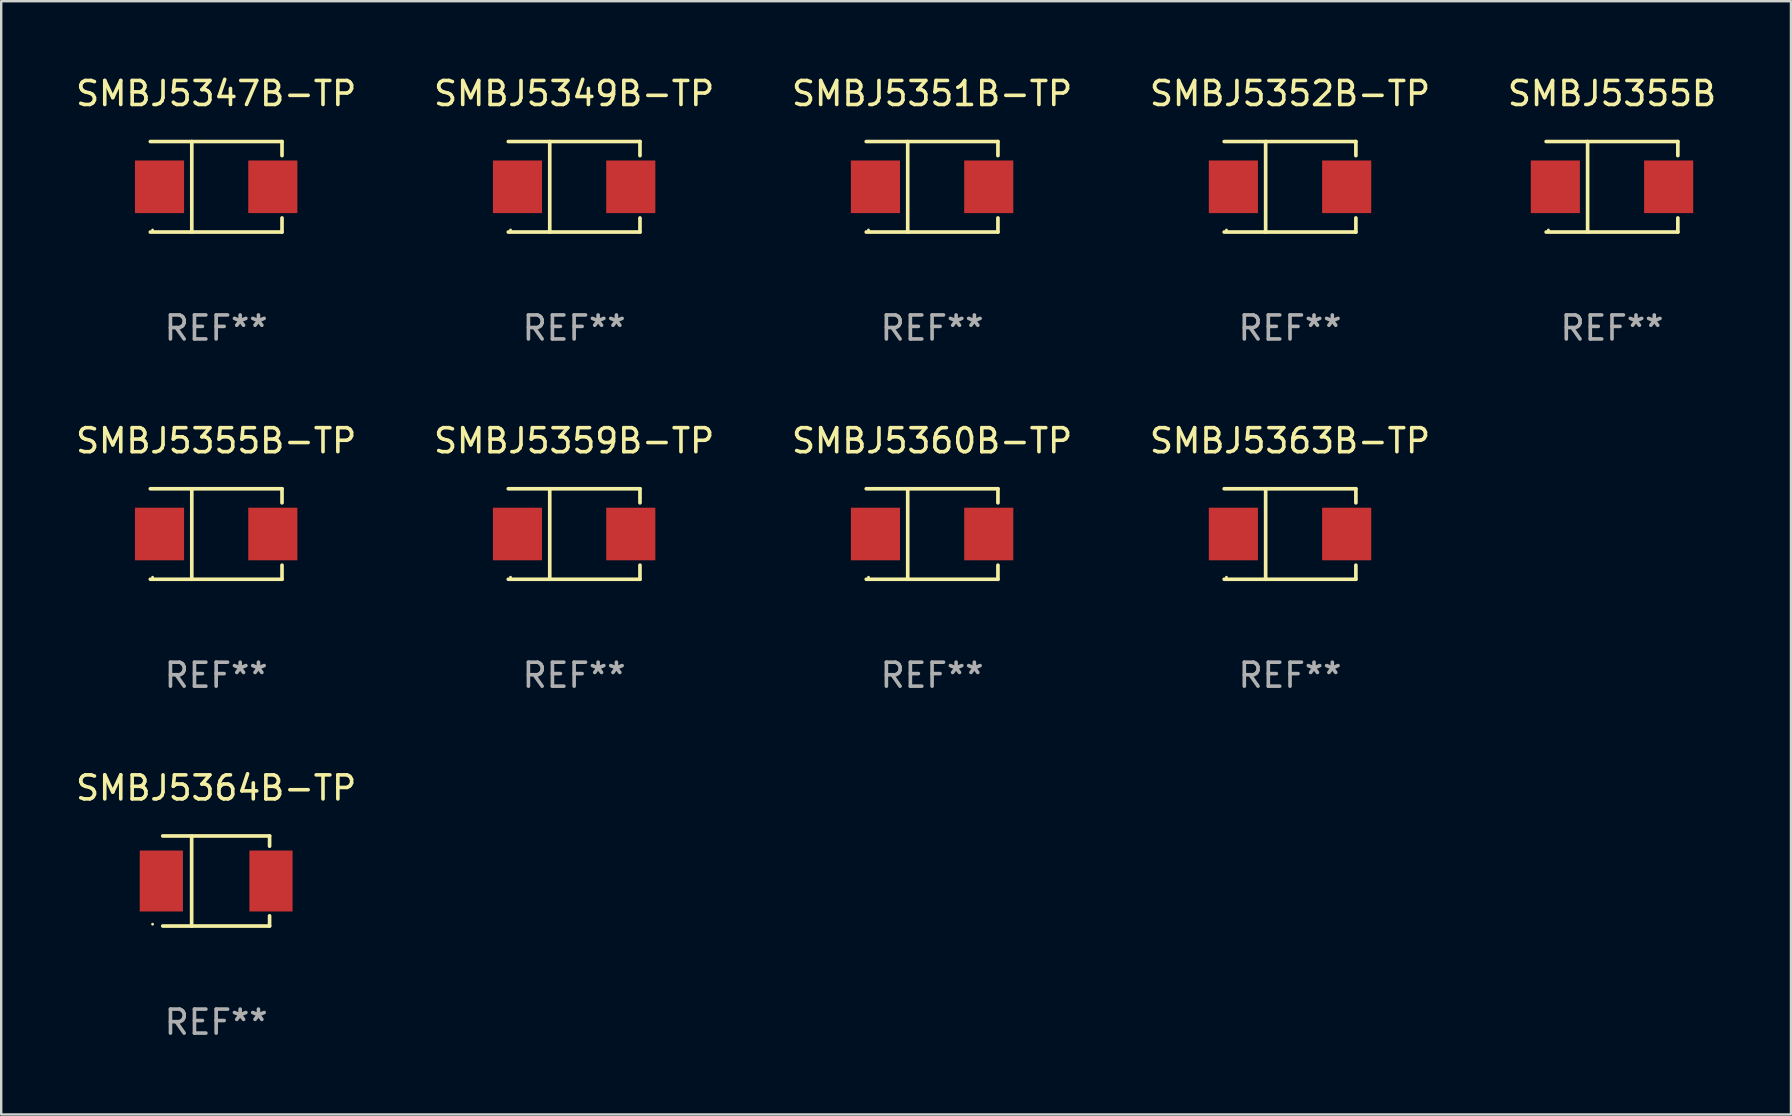
<source format=kicad_pcb>
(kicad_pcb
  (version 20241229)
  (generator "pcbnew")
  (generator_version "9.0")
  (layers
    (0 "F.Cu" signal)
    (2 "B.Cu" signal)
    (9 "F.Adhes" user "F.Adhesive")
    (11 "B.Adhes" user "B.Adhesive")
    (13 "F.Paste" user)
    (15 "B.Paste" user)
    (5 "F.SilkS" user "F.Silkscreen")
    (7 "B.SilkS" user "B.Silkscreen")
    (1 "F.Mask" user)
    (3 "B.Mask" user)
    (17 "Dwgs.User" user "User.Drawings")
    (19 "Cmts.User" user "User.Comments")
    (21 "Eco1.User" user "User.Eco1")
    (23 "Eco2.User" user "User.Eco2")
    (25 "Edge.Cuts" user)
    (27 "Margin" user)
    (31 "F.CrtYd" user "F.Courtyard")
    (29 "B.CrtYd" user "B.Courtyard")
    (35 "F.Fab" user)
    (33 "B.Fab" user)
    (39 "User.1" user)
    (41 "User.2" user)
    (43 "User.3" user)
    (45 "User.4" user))
  (footprint "SMBJ5351B-TP"
    (layer "F.Cu")
    (at 35.792 4.734)
    (property "Reference" "SMBJ5351B-TP" (at 0 -3.886 0) (layer "F.SilkS") (effects (font (size 1 1) (thickness 0.15))))
    (attr through_hole)
    (fp_line (start -2.744 -1.886) (end 2.744 -1.886) (stroke (width 0.152) (type solid)) (layer "F.SilkS"))
    (fp_line (start -2.744 1.886) (end 2.744 1.886) (stroke (width 0.152) (type solid)) (layer "F.SilkS"))
    (fp_line (start -1.016 -1.886) (end -1.016 1.886) (stroke (width 0.152) (type solid)) (layer "F.SilkS"))
    (fp_line (start 2.744 -1.886) (end 2.744 -1.299) (stroke (width 0.152) (type solid)) (layer "F.SilkS"))
    (fp_line (start 2.744 1.886) (end 2.744 1.299) (stroke (width 0.152) (type solid)) (layer "F.SilkS"))
    (fp_circle (center -2.65 1.8) (end -2.62 1.8) (stroke (width 0.06) (type solid)) (fill no) (layer "F.SilkS"))
    (fp_text user "REF**" (at 0 5.886 0) (layer "F.Fab") (effects (font (size 1 1) (thickness 0.15))))
    (pad "1" smd rect (at -2.361 0) (size 2.047 2.192) (layers "F.Cu" "F.Mask" "F.Paste"))
    (pad "2" smd rect (at 2.361 0) (size 2.047 2.192) (layers "F.Cu" "F.Mask" "F.Paste")))
  (footprint "SMBJ5355B-TP"
    (layer "F.Cu")
    (at 5.958 19.203)
    (property "Reference" "SMBJ5355B-TP" (at 0 -3.886 0) (layer "F.SilkS") (effects (font (size 1 1) (thickness 0.15))))
    (attr through_hole)
    (fp_line (start -2.744 -1.886) (end 2.744 -1.886) (stroke (width 0.152) (type solid)) (layer "F.SilkS"))
    (fp_line (start -2.744 1.886) (end 2.744 1.886) (stroke (width 0.152) (type solid)) (layer "F.SilkS"))
    (fp_line (start -1.016 -1.886) (end -1.016 1.886) (stroke (width 0.152) (type solid)) (layer "F.SilkS"))
    (fp_line (start 2.744 -1.886) (end 2.744 -1.299) (stroke (width 0.152) (type solid)) (layer "F.SilkS"))
    (fp_line (start 2.744 1.886) (end 2.744 1.299) (stroke (width 0.152) (type solid)) (layer "F.SilkS"))
    (fp_circle (center -2.65 1.8) (end -2.62 1.8) (stroke (width 0.06) (type solid)) (fill no) (layer "F.SilkS"))
    (fp_text user "REF**" (at 0 5.886 0) (layer "F.Fab") (effects (font (size 1 1) (thickness 0.15))))
    (pad "1" smd rect (at -2.361 0) (size 2.047 2.192) (layers "F.Cu" "F.Mask" "F.Paste"))
    (pad "2" smd rect (at 2.361 0) (size 2.047 2.192) (layers "F.Cu" "F.Mask" "F.Paste")))
  (footprint "SMBJ5359B-TP"
    (layer "F.Cu")
    (at 20.875 19.203)
    (property "Reference" "SMBJ5359B-TP" (at 0 -3.886 0) (layer "F.SilkS") (effects (font (size 1 1) (thickness 0.15))))
    (attr through_hole)
    (fp_line (start -2.744 -1.886) (end 2.744 -1.886) (stroke (width 0.152) (type solid)) (layer "F.SilkS"))
    (fp_line (start -2.744 1.886) (end 2.744 1.886) (stroke (width 0.152) (type solid)) (layer "F.SilkS"))
    (fp_line (start -1.016 -1.886) (end -1.016 1.886) (stroke (width 0.152) (type solid)) (layer "F.SilkS"))
    (fp_line (start 2.744 -1.886) (end 2.744 -1.299) (stroke (width 0.152) (type solid)) (layer "F.SilkS"))
    (fp_line (start 2.744 1.886) (end 2.744 1.299) (stroke (width 0.152) (type solid)) (layer "F.SilkS"))
    (fp_circle (center -2.65 1.8) (end -2.62 1.8) (stroke (width 0.06) (type solid)) (fill no) (layer "F.SilkS"))
    (fp_text user "REF**" (at 0 5.886 0) (layer "F.Fab") (effects (font (size 1 1) (thickness 0.15))))
    (pad "1" smd rect (at -2.361 0) (size 2.047 2.192) (layers "F.Cu" "F.Mask" "F.Paste"))
    (pad "2" smd rect (at 2.361 0) (size 2.047 2.192) (layers "F.Cu" "F.Mask" "F.Paste")))
  (footprint "SMBJ5355B"
    (layer "F.Cu")
    (at 64.125 4.734)
    (property "Reference" "SMBJ5355B" (at 0 -3.886 0) (layer "F.SilkS") (effects (font (size 1 1) (thickness 0.15))))
    (attr through_hole)
    (fp_line (start -2.744 -1.886) (end 2.744 -1.886) (stroke (width 0.152) (type solid)) (layer "F.SilkS"))
    (fp_line (start -2.744 1.886) (end 2.744 1.886) (stroke (width 0.152) (type solid)) (layer "F.SilkS"))
    (fp_line (start -1.016 -1.886) (end -1.016 1.886) (stroke (width 0.152) (type solid)) (layer "F.SilkS"))
    (fp_line (start 2.744 -1.886) (end 2.744 -1.299) (stroke (width 0.152) (type solid)) (layer "F.SilkS"))
    (fp_line (start 2.744 1.886) (end 2.744 1.299) (stroke (width 0.152) (type solid)) (layer "F.SilkS"))
    (fp_circle (center -2.65 1.8) (end -2.62 1.8) (stroke (width 0.06) (type solid)) (fill no) (layer "F.SilkS"))
    (fp_text user "REF**" (at 0 5.886 0) (layer "F.Fab") (effects (font (size 1 1) (thickness 0.15))))
    (pad "1" smd rect (at -2.361 0) (size 2.047 2.192) (layers "F.Cu" "F.Mask" "F.Paste"))
    (pad "2" smd rect (at 2.361 0) (size 2.047 2.192) (layers "F.Cu" "F.Mask" "F.Paste")))
  (footprint "SMBJ5349B-TP"
    (layer "F.Cu")
    (at 20.875 4.734)
    (property "Reference" "SMBJ5349B-TP" (at 0 -3.886 0) (layer "F.SilkS") (effects (font (size 1 1) (thickness 0.15))))
    (attr through_hole)
    (fp_line (start -2.744 -1.886) (end 2.744 -1.886) (stroke (width 0.152) (type solid)) (layer "F.SilkS"))
    (fp_line (start -2.744 1.886) (end 2.744 1.886) (stroke (width 0.152) (type solid)) (layer "F.SilkS"))
    (fp_line (start -1.016 -1.886) (end -1.016 1.886) (stroke (width 0.152) (type solid)) (layer "F.SilkS"))
    (fp_line (start 2.744 -1.886) (end 2.744 -1.299) (stroke (width 0.152) (type solid)) (layer "F.SilkS"))
    (fp_line (start 2.744 1.886) (end 2.744 1.299) (stroke (width 0.152) (type solid)) (layer "F.SilkS"))
    (fp_circle (center -2.65 1.8) (end -2.62 1.8) (stroke (width 0.06) (type solid)) (fill no) (layer "F.SilkS"))
    (fp_text user "REF**" (at 0 5.886 0) (layer "F.Fab") (effects (font (size 1 1) (thickness 0.15))))
    (pad "1" smd rect (at -2.361 0) (size 2.047 2.192) (layers "F.Cu" "F.Mask" "F.Paste"))
    (pad "2" smd rect (at 2.361 0) (size 2.047 2.192) (layers "F.Cu" "F.Mask" "F.Paste")))
  (footprint "SMBJ5363B-TP"
    (layer "F.Cu")
    (at 50.708 19.203)
    (property "Reference" "SMBJ5363B-TP" (at 0 -3.886 0) (layer "F.SilkS") (effects (font (size 1 1) (thickness 0.15))))
    (attr through_hole)
    (fp_line (start -2.744 -1.886) (end 2.744 -1.886) (stroke (width 0.152) (type solid)) (layer "F.SilkS"))
    (fp_line (start -2.744 1.886) (end 2.744 1.886) (stroke (width 0.152) (type solid)) (layer "F.SilkS"))
    (fp_line (start -1.016 -1.886) (end -1.016 1.886) (stroke (width 0.152) (type solid)) (layer "F.SilkS"))
    (fp_line (start 2.744 -1.886) (end 2.744 -1.299) (stroke (width 0.152) (type solid)) (layer "F.SilkS"))
    (fp_line (start 2.744 1.886) (end 2.744 1.299) (stroke (width 0.152) (type solid)) (layer "F.SilkS"))
    (fp_circle (center -2.65 1.8) (end -2.62 1.8) (stroke (width 0.06) (type solid)) (fill no) (layer "F.SilkS"))
    (fp_text user "REF**" (at 0 5.886 0) (layer "F.Fab") (effects (font (size 1 1) (thickness 0.15))))
    (pad "1" smd rect (at -2.361 0) (size 2.047 2.192) (layers "F.Cu" "F.Mask" "F.Paste"))
    (pad "2" smd rect (at 2.361 0) (size 2.047 2.192) (layers "F.Cu" "F.Mask" "F.Paste")))
  (footprint "SMBJ5364B-TP"
    (layer "F.Cu")
    (at 5.958 33.666)
    (property "Reference" "SMBJ5364B-TP" (at 0 -3.88 0) (layer "F.SilkS") (effects (font (size 1 1) (thickness 0.15))))
    (attr through_hole)
    (fp_line (start -2.226 -1.88) (end 2.226 -1.88) (stroke (width 0.152) (type solid)) (layer "F.SilkS"))
    (fp_line (start -2.226 1.873) (end 2.226 1.873) (stroke (width 0.152) (type solid)) (layer "F.SilkS"))
    (fp_line (start -1.022 -1.873) (end -1.022 1.88) (stroke (width 0.152) (type solid)) (layer "F.SilkS"))
    (fp_line (start 2.226 -1.88) (end 2.226 -1.453) (stroke (width 0.152) (type solid)) (layer "F.SilkS"))
    (fp_line (start 2.226 1.447) (end 2.226 1.873) (stroke (width 0.152) (type solid)) (layer "F.SilkS"))
    (fp_circle (center -2.65 1.797) (end -2.62 1.797) (stroke (width 0.06) (type solid)) (fill no) (layer "F.SilkS"))
    (fp_text user "REF**" (at 0 5.88 0) (layer "F.Fab") (effects (font (size 1 1) (thickness 0.15))))
    (pad "1" smd rect (at -2.285 -0.003) (size 1.8 2.54) (layers "F.Cu" "F.Mask" "F.Paste"))
    (pad "2" smd rect (at 2.285 -0.003) (size 1.8 2.54) (layers "F.Cu" "F.Mask" "F.Paste")))
  (footprint "SMBJ5352B-TP"
    (layer "F.Cu")
    (at 50.708 4.734)
    (property "Reference" "SMBJ5352B-TP" (at 0 -3.886 0) (layer "F.SilkS") (effects (font (size 1 1) (thickness 0.15))))
    (attr through_hole)
    (fp_line (start -2.744 -1.886) (end 2.744 -1.886) (stroke (width 0.152) (type solid)) (layer "F.SilkS"))
    (fp_line (start -2.744 1.886) (end 2.744 1.886) (stroke (width 0.152) (type solid)) (layer "F.SilkS"))
    (fp_line (start -1.016 -1.886) (end -1.016 1.886) (stroke (width 0.152) (type solid)) (layer "F.SilkS"))
    (fp_line (start 2.744 -1.886) (end 2.744 -1.299) (stroke (width 0.152) (type solid)) (layer "F.SilkS"))
    (fp_line (start 2.744 1.886) (end 2.744 1.299) (stroke (width 0.152) (type solid)) (layer "F.SilkS"))
    (fp_circle (center -2.65 1.8) (end -2.62 1.8) (stroke (width 0.06) (type solid)) (fill no) (layer "F.SilkS"))
    (fp_text user "REF**" (at 0 5.886 0) (layer "F.Fab") (effects (font (size 1 1) (thickness 0.15))))
    (pad "1" smd rect (at -2.361 0) (size 2.047 2.192) (layers "F.Cu" "F.Mask" "F.Paste"))
    (pad "2" smd rect (at 2.361 0) (size 2.047 2.192) (layers "F.Cu" "F.Mask" "F.Paste")))
  (footprint "SMBJ5347B-TP"
    (layer "F.Cu")
    (at 5.958 4.734)
    (property "Reference" "SMBJ5347B-TP" (at 0 -3.886 0) (layer "F.SilkS") (effects (font (size 1 1) (thickness 0.15))))
    (attr through_hole)
    (fp_line (start -2.744 -1.886) (end 2.744 -1.886) (stroke (width 0.152) (type solid)) (layer "F.SilkS"))
    (fp_line (start -2.744 1.886) (end 2.744 1.886) (stroke (width 0.152) (type solid)) (layer "F.SilkS"))
    (fp_line (start -1.016 -1.886) (end -1.016 1.886) (stroke (width 0.152) (type solid)) (layer "F.SilkS"))
    (fp_line (start 2.744 -1.886) (end 2.744 -1.299) (stroke (width 0.152) (type solid)) (layer "F.SilkS"))
    (fp_line (start 2.744 1.886) (end 2.744 1.299) (stroke (width 0.152) (type solid)) (layer "F.SilkS"))
    (fp_circle (center -2.65 1.8) (end -2.62 1.8) (stroke (width 0.06) (type solid)) (fill no) (layer "F.SilkS"))
    (fp_text user "REF**" (at 0 5.886 0) (layer "F.Fab") (effects (font (size 1 1) (thickness 0.15))))
    (pad "1" smd rect (at -2.361 0) (size 2.047 2.192) (layers "F.Cu" "F.Mask" "F.Paste"))
    (pad "2" smd rect (at 2.361 0) (size 2.047 2.192) (layers "F.Cu" "F.Mask" "F.Paste")))
  (footprint "SMBJ5360B-TP"
    (layer "F.Cu")
    (at 35.792 19.203)
    (property "Reference" "SMBJ5360B-TP" (at 0 -3.886 0) (layer "F.SilkS") (effects (font (size 1 1) (thickness 0.15))))
    (attr through_hole)
    (fp_line (start -2.744 -1.886) (end 2.744 -1.886) (stroke (width 0.152) (type solid)) (layer "F.SilkS"))
    (fp_line (start -2.744 1.886) (end 2.744 1.886) (stroke (width 0.152) (type solid)) (layer "F.SilkS"))
    (fp_line (start -1.016 -1.886) (end -1.016 1.886) (stroke (width 0.152) (type solid)) (layer "F.SilkS"))
    (fp_line (start 2.744 -1.886) (end 2.744 -1.299) (stroke (width 0.152) (type solid)) (layer "F.SilkS"))
    (fp_line (start 2.744 1.886) (end 2.744 1.299) (stroke (width 0.152) (type solid)) (layer "F.SilkS"))
    (fp_circle (center -2.65 1.8) (end -2.62 1.8) (stroke (width 0.06) (type solid)) (fill no) (layer "F.SilkS"))
    (fp_text user "REF**" (at 0 5.886 0) (layer "F.Fab") (effects (font (size 1 1) (thickness 0.15))))
    (pad "1" smd rect (at -2.361 0) (size 2.047 2.192) (layers "F.Cu" "F.Mask" "F.Paste"))
    (pad "2" smd rect (at 2.361 0) (size 2.047 2.192) (layers "F.Cu" "F.Mask" "F.Paste")))
  (gr_rect
    (start -3 -3)
    (end 71.583 43.393)
    (stroke (width 0.1) (type default))
    (fill no)
    (layer "Edge.Cuts")))
</source>
